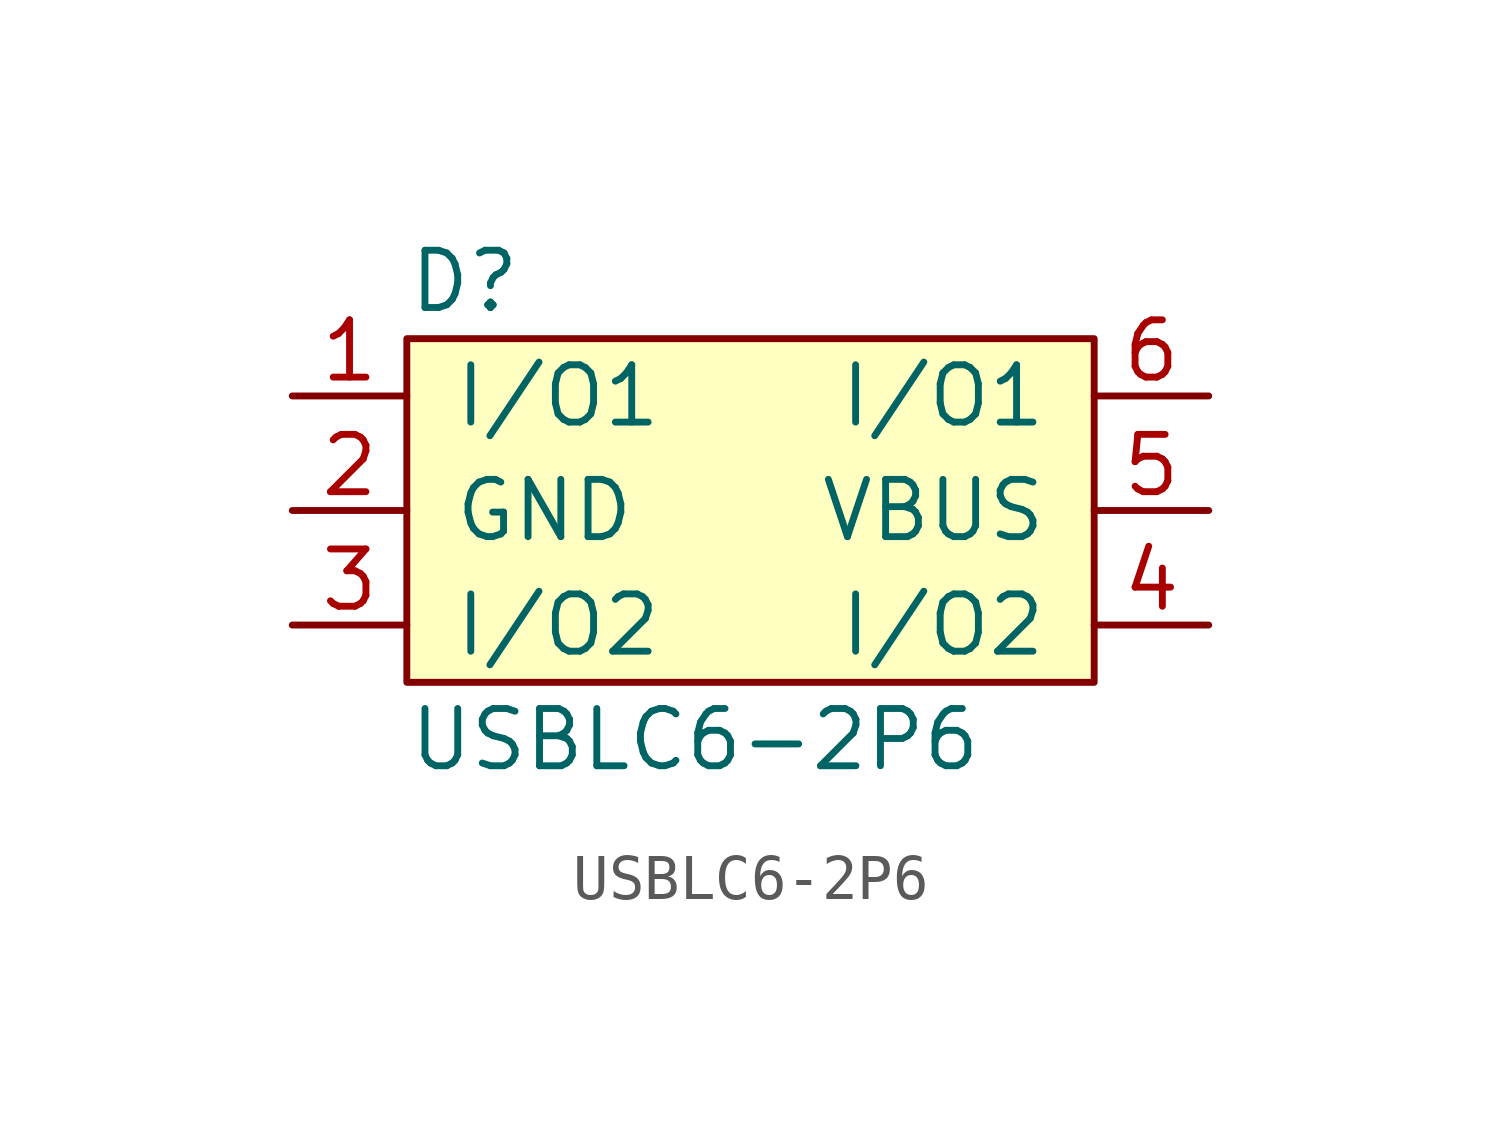
<source format=kicad_sym>
(kicad_symbol_lib
  (version 20211014)
  (generator agg_kicad.build_lib_ic)
  (symbol "USBLC6-2P6"
    (pin_names
      (offset 1.016))
    (property Reference D
      (at -7.62 5.08 0)
      (effects (font (size 1.27 1.27)) (justify left)))
    (property Value "USBLC6-2P6"
      (at -7.62 -5.08 0)
      (effects (font (size 1.27 1.27)) (justify left)))
    (symbol "USBLC6-2P6_0_0"
      (rectangle (start -7.62 3.81) (end 7.62 -3.81) (stroke (width 0) (type default) (color 0 0 0 0)) (fill (type background)))
      (pin passive line (at -10.16 2.54 0) (length 2.54) (name "I/O1" (effects (font (size 1.27 1.27)))) (number "1" (effects (font (size 1.27 1.27)))))
      (pin power_in line (at -10.16 0 0) (length 2.54) (name GND (effects (font (size 1.27 1.27)))) (number "2" (effects (font (size 1.27 1.27)))))
      (pin passive line (at -10.16 -2.54 0) (length 2.54) (name "I/O2" (effects (font (size 1.27 1.27)))) (number "3" (effects (font (size 1.27 1.27)))))
      (pin passive line (at 10.16 2.54 180) (length 2.54) (name "I/O1" (effects (font (size 1.27 1.27)))) (number "6" (effects (font (size 1.27 1.27)))))
      (pin power_in line (at 10.16 0 180) (length 2.54) (name VBUS (effects (font (size 1.27 1.27)))) (number "5" (effects (font (size 1.27 1.27)))))
      (pin passive line (at 10.16 -2.54 180) (length 2.54) (name "I/O2" (effects (font (size 1.27 1.27)))) (number "4" (effects (font (size 1.27 1.27))))))))
</source>
